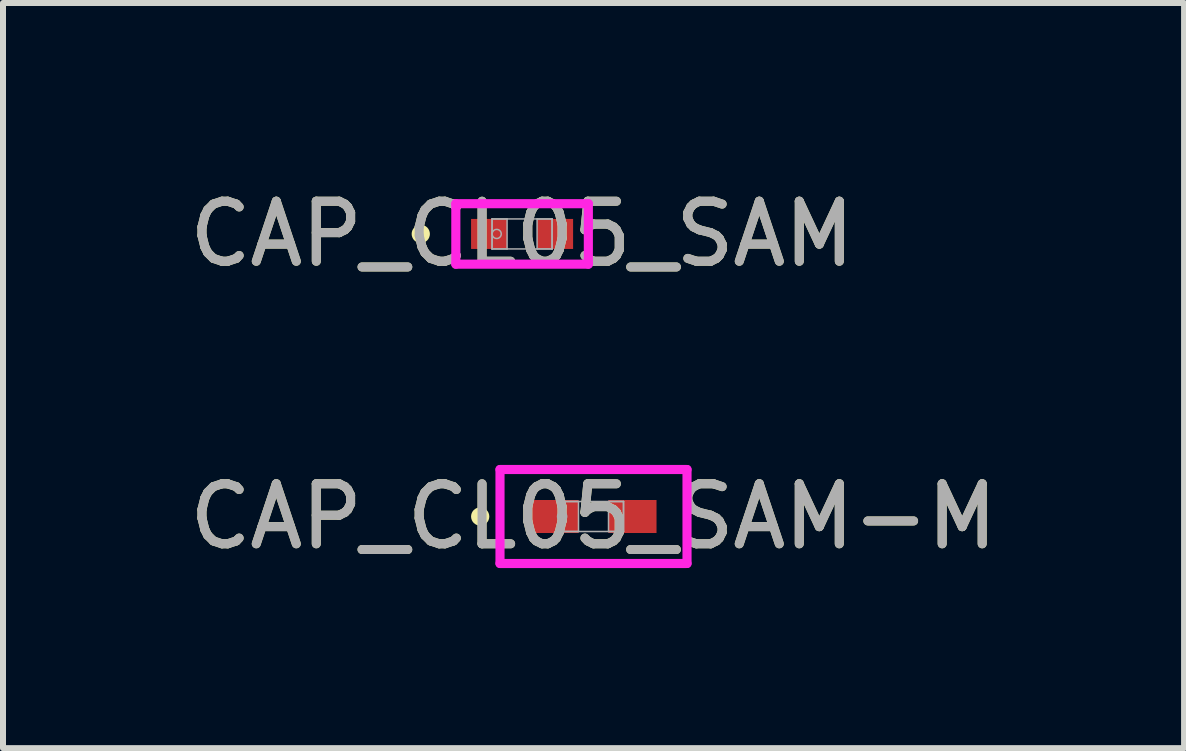
<source format=kicad_pcb>
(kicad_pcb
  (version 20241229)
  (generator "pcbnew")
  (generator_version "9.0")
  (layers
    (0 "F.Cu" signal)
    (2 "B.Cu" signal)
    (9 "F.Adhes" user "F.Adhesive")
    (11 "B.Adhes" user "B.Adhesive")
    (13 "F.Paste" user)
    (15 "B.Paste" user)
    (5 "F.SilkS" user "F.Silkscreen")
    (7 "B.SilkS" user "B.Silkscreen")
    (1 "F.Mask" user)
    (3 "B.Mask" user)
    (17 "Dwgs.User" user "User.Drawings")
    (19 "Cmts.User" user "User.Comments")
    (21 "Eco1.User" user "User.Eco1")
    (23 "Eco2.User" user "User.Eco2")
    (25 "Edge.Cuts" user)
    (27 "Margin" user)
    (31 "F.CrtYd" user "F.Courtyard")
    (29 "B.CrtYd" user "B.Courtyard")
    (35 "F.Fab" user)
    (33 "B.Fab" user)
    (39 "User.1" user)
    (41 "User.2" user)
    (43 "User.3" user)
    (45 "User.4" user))
  (footprint "CAP_CL05_SAM-M"
    (layer "F.Cu")
    (at 6.839 5.556)
    (property "Reference" "CAP_CL05_SAM-M" (at 0 0 0) (unlocked yes) (layer "F.SilkS") (effects (font (size 1 1) (thickness 0.15))))
    (attr smd)
    (fp_circle (center -1.888 0) (end -1.812 0) (stroke (width 0.152) (type solid)) (fill no) (layer "F.SilkS"))
    (fp_line (start -1.558 -0.783) (end 1.558 -0.783) (stroke (width 0.152) (type solid)) (layer "F.CrtYd"))
    (fp_line (start -1.558 0.783) (end -1.558 -0.783) (stroke (width 0.152) (type solid)) (layer "F.CrtYd"))
    (fp_line (start 1.558 -0.783) (end 1.558 0.783) (stroke (width 0.152) (type solid)) (layer "F.CrtYd"))
    (fp_line (start 1.558 0.783) (end -1.558 0.783) (stroke (width 0.152) (type solid)) (layer "F.CrtYd"))
    (fp_line (start -0.5 -0.25) (end -0.5 0.25) (stroke (width 0.025) (type solid)) (layer "F.Fab"))
    (fp_line (start -0.5 -0.25) (end -0.5 0.25) (stroke (width 0.025) (type solid)) (layer "F.Fab"))
    (fp_line (start -0.5 0.25) (end -0.25 0.25) (stroke (width 0.025) (type solid)) (layer "F.Fab"))
    (fp_line (start -0.5 0.25) (end 0.5 0.25) (stroke (width 0.025) (type solid)) (layer "F.Fab"))
    (fp_line (start -0.25 -0.25) (end -0.5 -0.25) (stroke (width 0.025) (type solid)) (layer "F.Fab"))
    (fp_line (start -0.25 0.25) (end -0.25 -0.25) (stroke (width 0.025) (type solid)) (layer "F.Fab"))
    (fp_line (start 0.25 -0.25) (end 0.25 0.25) (stroke (width 0.025) (type solid)) (layer "F.Fab"))
    (fp_line (start 0.25 0.25) (end 0.5 0.25) (stroke (width 0.025) (type solid)) (layer "F.Fab"))
    (fp_line (start 0.5 -0.25) (end -0.5 -0.25) (stroke (width 0.025) (type solid)) (layer "F.Fab"))
    (fp_line (start 0.5 -0.25) (end 0.25 -0.25) (stroke (width 0.025) (type solid)) (layer "F.Fab"))
    (fp_line (start 0.5 0.25) (end 0.5 -0.25) (stroke (width 0.025) (type solid)) (layer "F.Fab"))
    (fp_line (start 0.5 0.25) (end 0.5 -0.25) (stroke (width 0.025) (type solid)) (layer "F.Fab"))
    (fp_circle (center -0.523 0) (end -0.447 0) (stroke (width 0.025) (type solid)) (fill no) (layer "F.Fab"))
    (fp_text user "${REFERENCE}" (at 0 0 0) (unlocked yes) (layer "F.Fab") (effects (font (size 1 1) (thickness 0.15))))
    (pad "1" smd rect (at -0.65 0) (size 0.8 0.55) (layers "F.Cu" "F.Mask" "F.Paste"))
    (pad "2" smd rect (at 0.65 0) (size 0.8 0.55) (layers "F.Cu" "F.Mask" "F.Paste"))
    (zone (net_name "") (layer "F.Cu") (hatch full 0.508) (connect_pads) (min_thickness 0.254) (filled_areas_thickness no) (keepout (tracks not_allowed) (vias not_allowed) (pads allowed) (copperpour not_allowed) (footprints allowed)) (placement (enabled no)) (fill) (polygon (pts (xy 6.64 5.356) (xy 7.038 5.356) (xy 7.038 5.755) (xy 6.64 5.755)))))
  (footprint "CAP_CL05_SAM"
    (layer "F.Cu")
    (at 5.649 0.848)
    (property "Reference" "CAP_CL05_SAM" (at 0 0 0) (unlocked yes) (layer "F.SilkS") (effects (font (size 1 1) (thickness 0.15))))
    (attr smd)
    (fp_circle (center -1.688 0) (end -1.612 0) (stroke (width 0.152) (type solid)) (fill no) (layer "F.SilkS"))
    (fp_line (start -1.104 -0.504) (end 1.104 -0.504) (stroke (width 0.152) (type solid)) (layer "F.CrtYd"))
    (fp_line (start -1.104 0.504) (end -1.104 -0.504) (stroke (width 0.152) (type solid)) (layer "F.CrtYd"))
    (fp_line (start 1.104 -0.504) (end 1.104 0.504) (stroke (width 0.152) (type solid)) (layer "F.CrtYd"))
    (fp_line (start 1.104 0.504) (end -1.104 0.504) (stroke (width 0.152) (type solid)) (layer "F.CrtYd"))
    (fp_line (start -0.5 -0.25) (end -0.5 0.25) (stroke (width 0.025) (type solid)) (layer "F.Fab"))
    (fp_line (start -0.5 -0.25) (end -0.5 0.25) (stroke (width 0.025) (type solid)) (layer "F.Fab"))
    (fp_line (start -0.5 0.25) (end -0.25 0.25) (stroke (width 0.025) (type solid)) (layer "F.Fab"))
    (fp_line (start -0.5 0.25) (end 0.5 0.25) (stroke (width 0.025) (type solid)) (layer "F.Fab"))
    (fp_line (start -0.25 -0.25) (end -0.5 -0.25) (stroke (width 0.025) (type solid)) (layer "F.Fab"))
    (fp_line (start -0.25 0.25) (end -0.25 -0.25) (stroke (width 0.025) (type solid)) (layer "F.Fab"))
    (fp_line (start 0.25 -0.25) (end 0.25 0.25) (stroke (width 0.025) (type solid)) (layer "F.Fab"))
    (fp_line (start 0.25 0.25) (end 0.5 0.25) (stroke (width 0.025) (type solid)) (layer "F.Fab"))
    (fp_line (start 0.5 -0.25) (end -0.5 -0.25) (stroke (width 0.025) (type solid)) (layer "F.Fab"))
    (fp_line (start 0.5 -0.25) (end 0.25 -0.25) (stroke (width 0.025) (type solid)) (layer "F.Fab"))
    (fp_line (start 0.5 0.25) (end 0.5 -0.25) (stroke (width 0.025) (type solid)) (layer "F.Fab"))
    (fp_line (start 0.5 0.25) (end 0.5 -0.25) (stroke (width 0.025) (type solid)) (layer "F.Fab"))
    (fp_circle (center -0.423 0) (end -0.347 0) (stroke (width 0.025) (type solid)) (fill no) (layer "F.Fab"))
    (fp_text user "${REFERENCE}" (at 0 0 0) (unlocked yes) (layer "F.Fab") (effects (font (size 1 1) (thickness 0.15))))
    (pad "1" smd rect (at -0.55 0) (size 0.6 0.5) (layers "F.Cu" "F.Mask" "F.Paste"))
    (pad "2" smd rect (at 0.55 0) (size 0.6 0.5) (layers "F.Cu" "F.Mask" "F.Paste"))
    (zone (net_name "") (layer "F.Cu") (hatch full 0.508) (connect_pads) (min_thickness 0.254) (filled_areas_thickness no) (keepout (tracks not_allowed) (vias not_allowed) (pads allowed) (copperpour not_allowed) (footprints allowed)) (placement (enabled no)) (fill) (polygon (pts (xy 5.45 0.649) (xy 5.848 0.649) (xy 5.848 1.047) (xy 5.45 1.047)))))
  (gr_rect
    (start -3 -3)
    (end 16.679 9.415)
    (stroke (width 0.1) (type default))
    (fill no)
    (layer "Edge.Cuts")))
</source>
